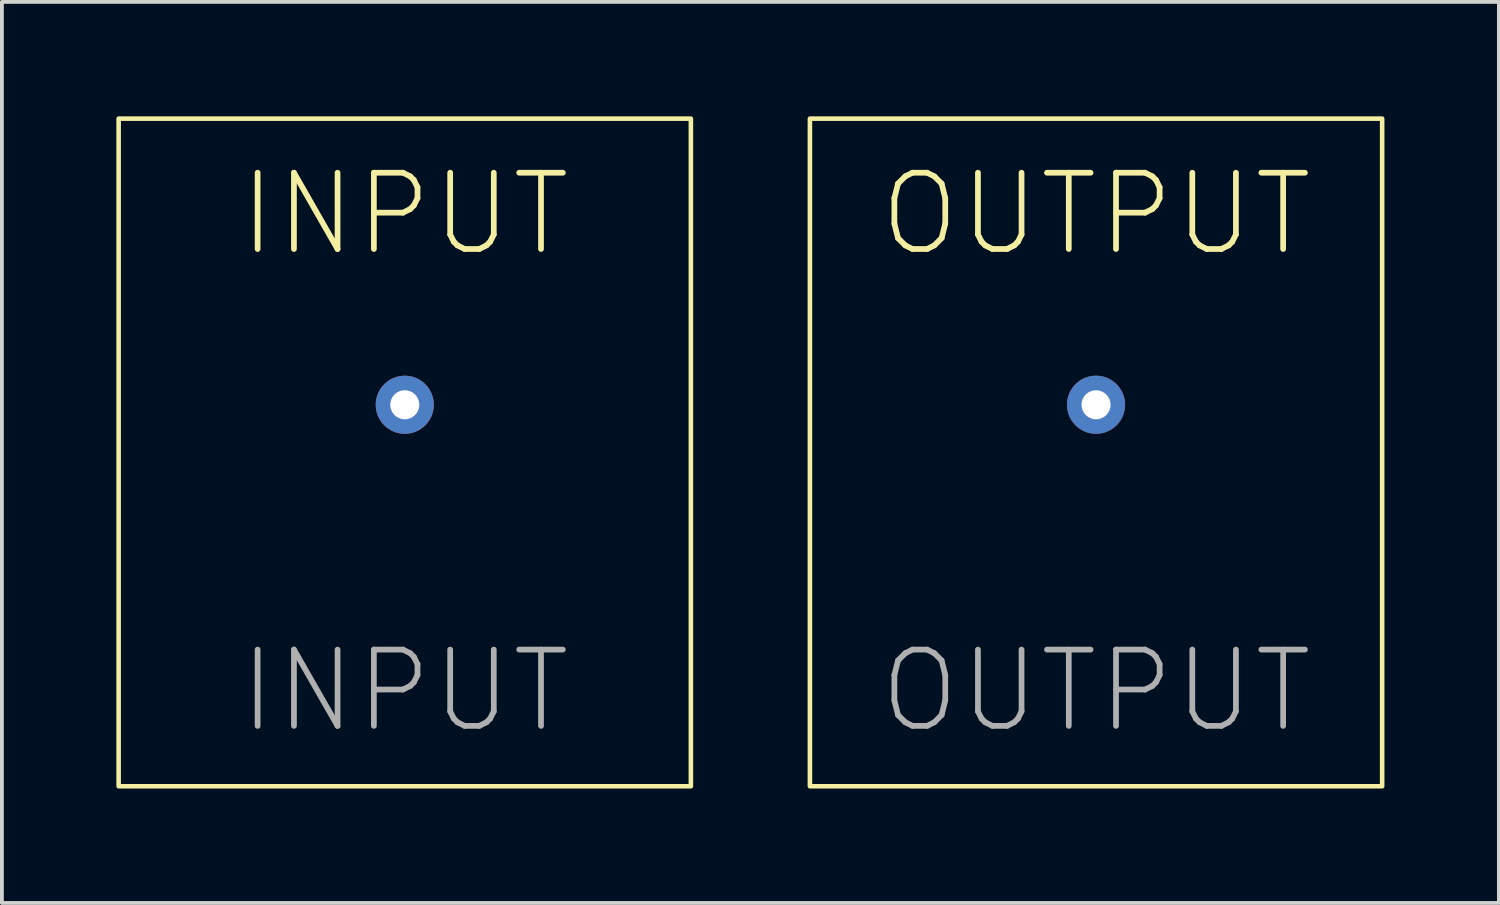
<source format=kicad_pcb>
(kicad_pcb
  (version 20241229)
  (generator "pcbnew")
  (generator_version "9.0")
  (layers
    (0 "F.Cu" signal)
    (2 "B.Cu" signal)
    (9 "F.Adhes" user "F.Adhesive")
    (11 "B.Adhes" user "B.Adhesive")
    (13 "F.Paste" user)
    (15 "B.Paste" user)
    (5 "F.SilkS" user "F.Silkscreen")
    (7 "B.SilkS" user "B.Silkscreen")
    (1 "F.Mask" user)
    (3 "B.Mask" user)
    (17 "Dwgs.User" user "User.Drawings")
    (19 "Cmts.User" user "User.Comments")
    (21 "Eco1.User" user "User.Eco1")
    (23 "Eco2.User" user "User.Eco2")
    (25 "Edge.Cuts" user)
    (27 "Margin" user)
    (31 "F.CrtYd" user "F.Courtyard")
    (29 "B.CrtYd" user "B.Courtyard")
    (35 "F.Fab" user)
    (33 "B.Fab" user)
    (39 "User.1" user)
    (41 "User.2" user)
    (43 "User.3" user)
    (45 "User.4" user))
  (footprint "OUTPUT"
    (layer "F.Cu")
    (at 25.68 7.56)
    (property "Reference" "OUTPUT" (at 0 -5 0) (unlocked yes) (layer "F.SilkS") (effects (font (size 2 2) (thickness 0.15))))
    (attr through_hole)
    (fp_rect (start -7.5 -7.5) (end 7.5 10) (stroke (width 0.12) (type solid)) (fill no) (layer "F.SilkS"))
    (fp_text user "${REFERENCE}" (at 0 7.5 0) (unlocked yes) (layer "F.Fab") (effects (font (size 2 2) (thickness 0.15))))
    (pad "1" thru_hole circle (at 0 0) (size 1.524 1.524) (drill 0.762) (layers "*.Cu" "*.Mask")))
  (footprint "INPUT"
    (layer "F.Cu")
    (at 7.56 7.56)
    (property "Reference" "INPUT" (at 0 -5 0) (unlocked yes) (layer "F.SilkS") (effects (font (size 2 2) (thickness 0.15))))
    (attr through_hole)
    (fp_rect (start -7.5 -7.5) (end 7.5 10) (stroke (width 0.12) (type solid)) (fill no) (layer "F.SilkS"))
    (fp_text user "${REFERENCE}" (at 0 7.5 0) (unlocked yes) (layer "F.Fab") (effects (font (size 2 2) (thickness 0.15))))
    (pad "1" thru_hole circle (at 0 0) (size 1.524 1.524) (drill 0.762) (layers "*.Cu" "*.Mask")))
  (gr_rect
    (start -3 -3)
    (end 36.24 20.62)
    (stroke (width 0.1) (type default))
    (fill no)
    (layer "Edge.Cuts")))
</source>
